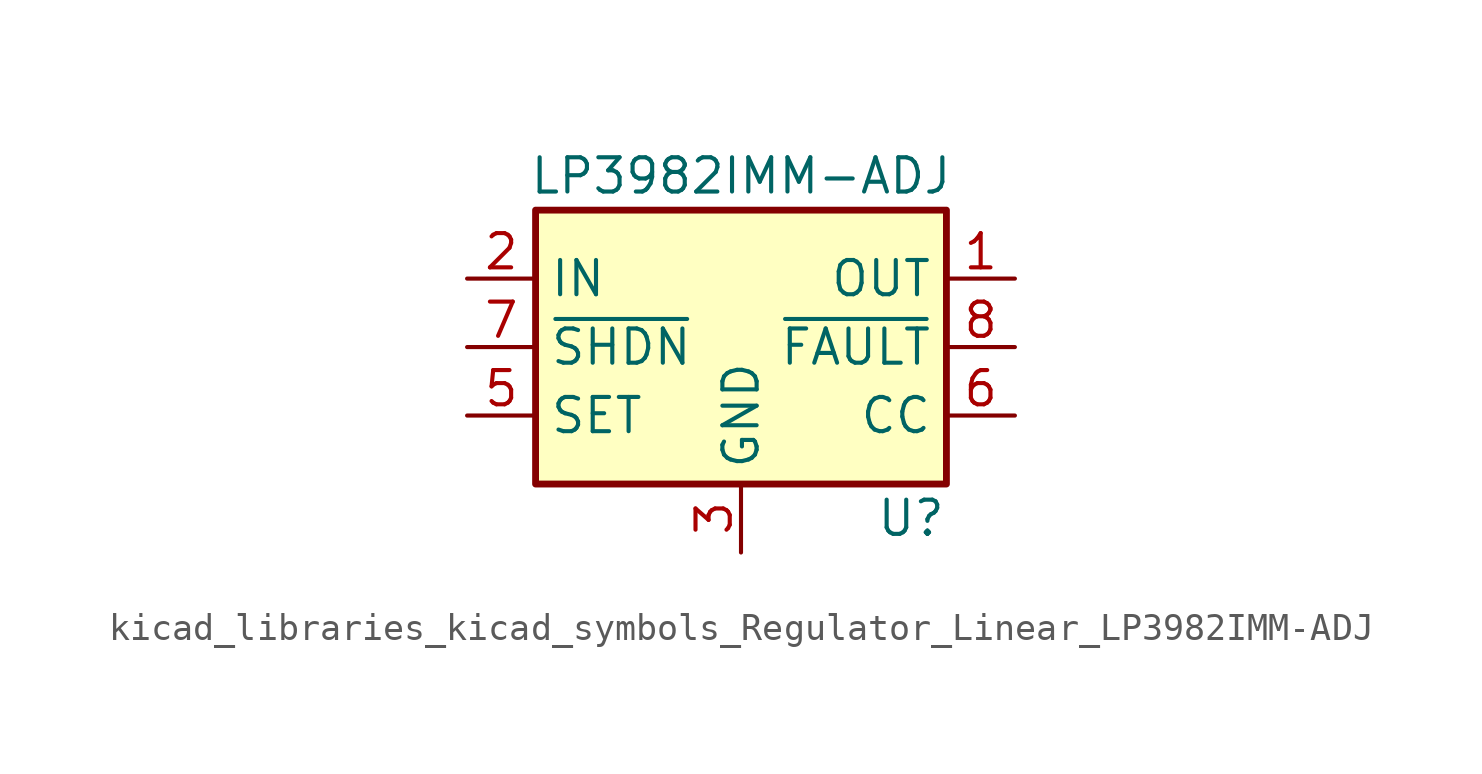
<source format=kicad_sym>
(kicad_symbol_lib
  (version 20220914)
  (generator kicad_symbol_editor)
  (symbol "kicad_libraries_kicad_symbols_Regulator_Linear_LP3982IMM-ADJ"
    (property "Reference" "U"
      (at 7.62 -6.35 0)
      (effects (font (size 1.27 1.27)) (justify right)))
    (property "Value" "LP3982IMM-ADJ"
      (at 0 6.35 0)
      (effects (font (size 1.27 1.27))))
    (symbol "kicad_libraries_kicad_symbols_Regulator_Linear_LP3982IMM-ADJ_0_1"
      (rectangle (start -7.62 5.08) (end 7.62 -5.08) (stroke (width 0.254) (type default)) (fill (type background))))
    (symbol "kicad_libraries_kicad_symbols_Regulator_Linear_LP3982IMM-ADJ_1_1"
      (pin power_out line (at 10.16 2.54 180) (length 2.54) (name "OUT" (effects (font (size 1.27 1.27)))) (number "1" (effects (font (size 1.27 1.27)))))
      (pin power_in line (at -10.16 2.54 0) (length 2.54) (name "IN" (effects (font (size 1.27 1.27)))) (number "2" (effects (font (size 1.27 1.27)))))
      (pin power_in line (at 0 -7.62 90) (length 2.54) (name "GND" (effects (font (size 1.27 1.27)))) (number "3" (effects (font (size 1.27 1.27)))))
      (pin passive line (at 10.16 2.54 180) (length 2.54) hide (name "OUT" (effects (font (size 1.27 1.27)))) (number "4" (effects (font (size 1.27 1.27)))))
      (pin passive line (at -10.16 -2.54 0) (length 2.54) (name "SET" (effects (font (size 1.27 1.27)))) (number "5" (effects (font (size 1.27 1.27)))))
      (pin passive line (at 10.16 -2.54 180) (length 2.54) (name "CC" (effects (font (size 1.27 1.27)))) (number "6" (effects (font (size 1.27 1.27)))))
      (pin input line (at -10.16 0 0) (length 2.54) (name "~{SHDN}" (effects (font (size 1.27 1.27)))) (number "7" (effects (font (size 1.27 1.27)))))
      (pin open_collector line (at 10.16 0 180) (length 2.54) (name "~{FAULT}" (effects (font (size 1.27 1.27)))) (number "8" (effects (font (size 1.27 1.27))))))))
</source>
